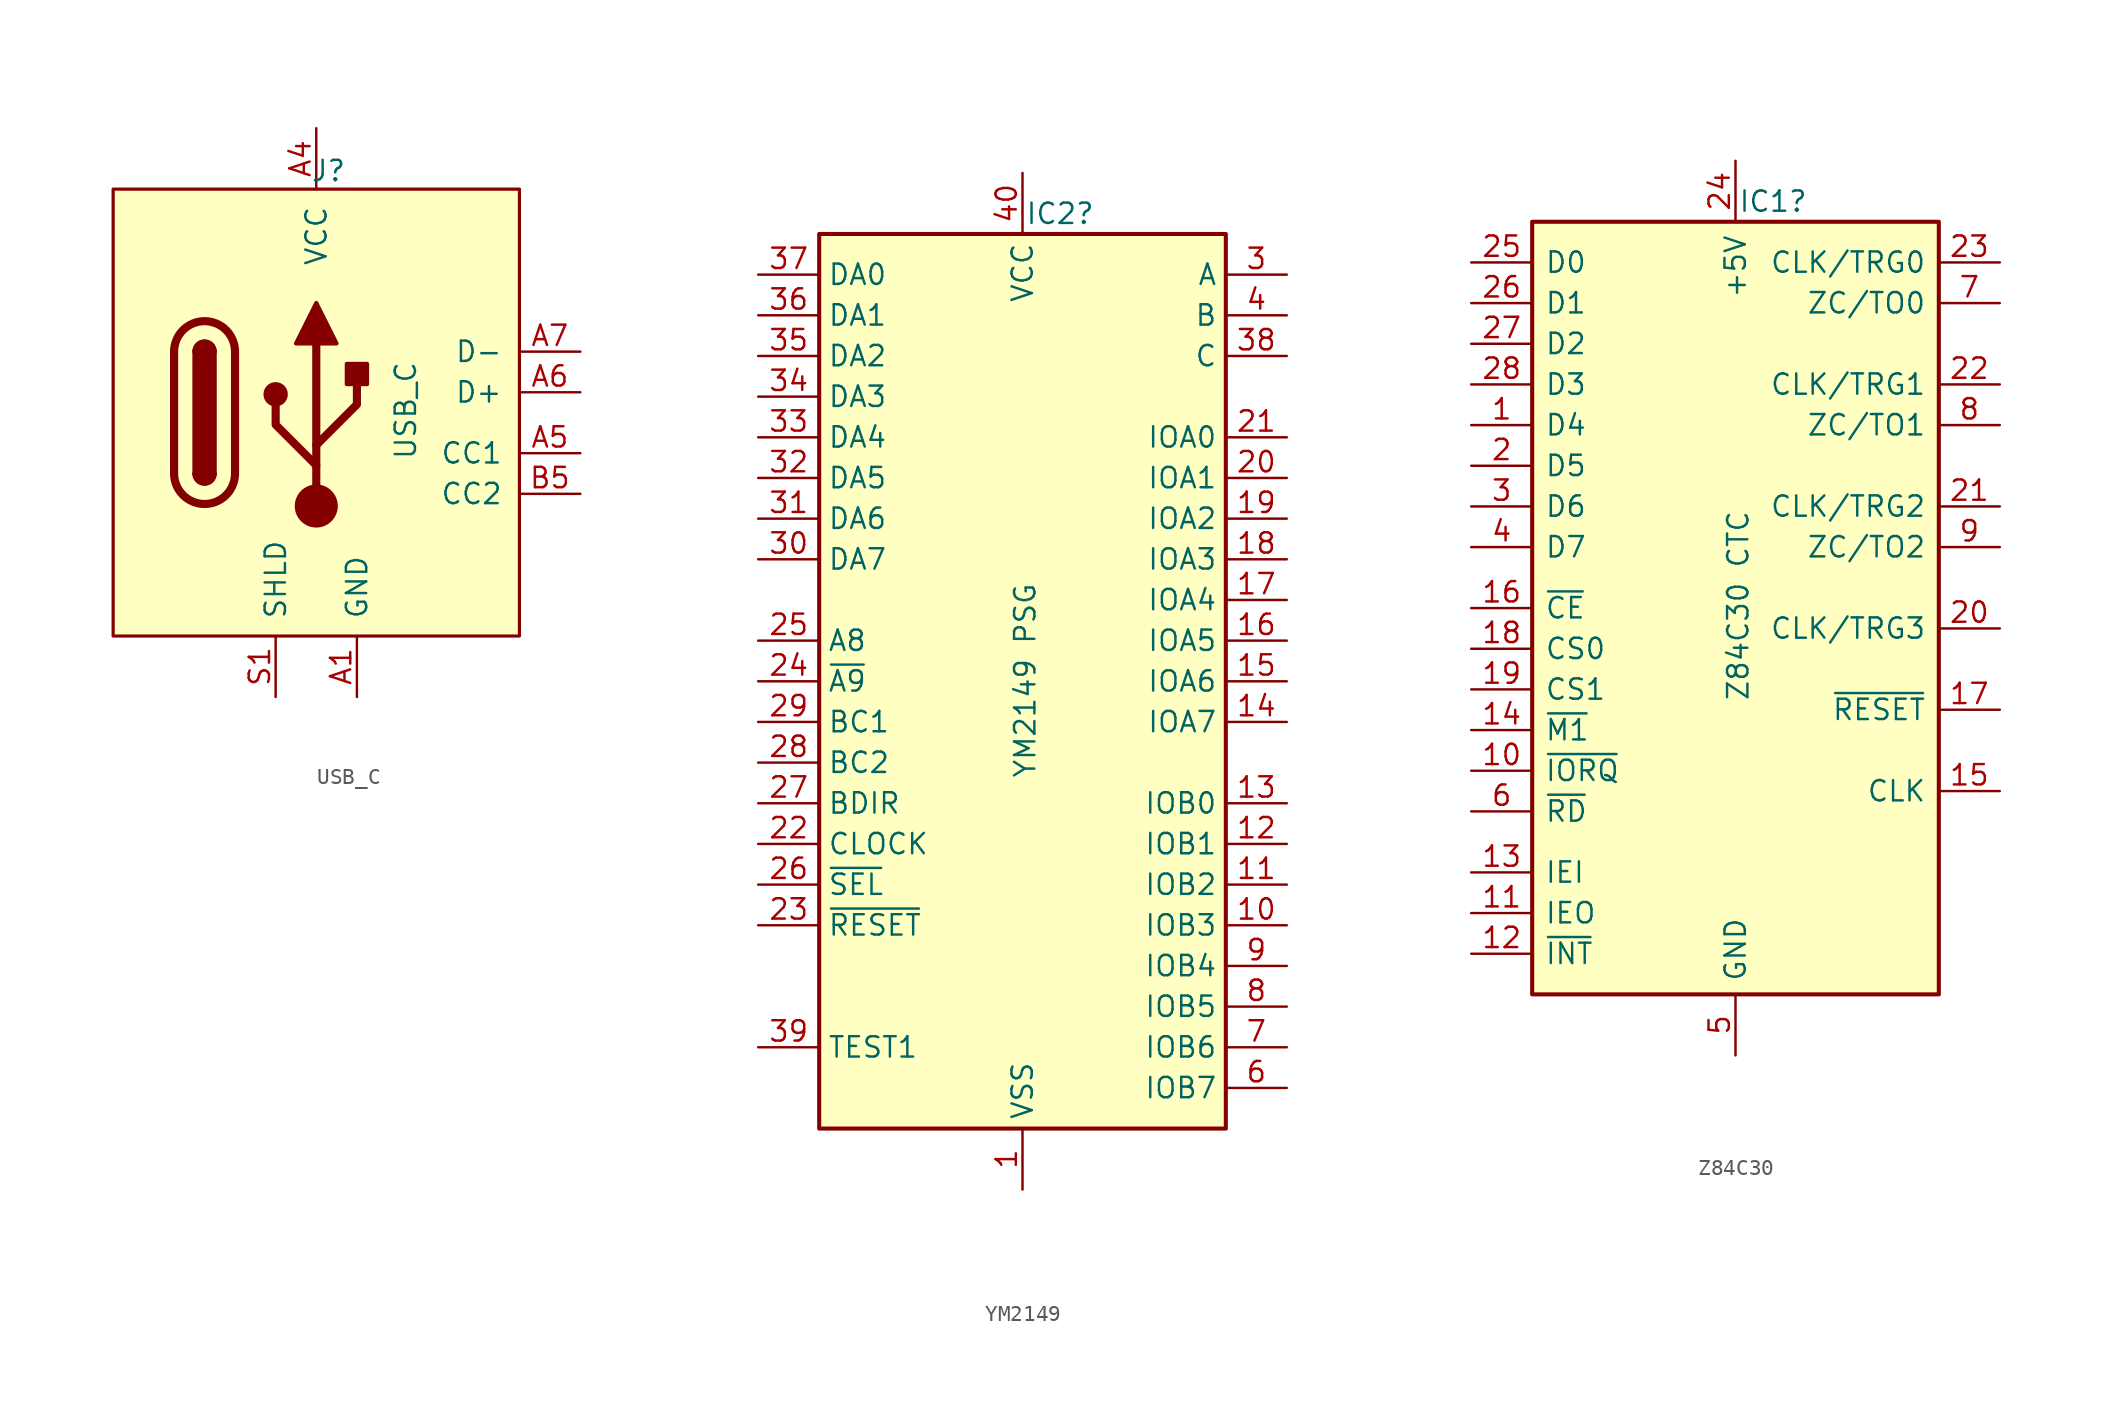
<source format=kicad_sym>
(kicad_symbol_lib
  (version 20241209)
  (generator "kicad_symbol_editor")
  (generator_version "9.0")
  (symbol "USB_C"
    (pin_names
      (offset 1.016))
    (property "Reference" "J"
      (at 0.762 15.113 0)
      (effects (font (size 1.27 1.27))))
    (property "Value" "USB_C"
      (at 5.588 0.127 90)
      (effects (font (size 1.27 1.27))))
    (symbol "USB_C_0_1"
      (polyline (pts (xy -8.89 -3.81) (xy -8.89 3.81)) (stroke (width 0.508) (type default)) (fill (type none)))
      (rectangle (start -7.62 -3.81) (end -6.35 3.81) (stroke (width 0.254) (type default)) (fill (type outline)))
      (arc (start -7.62 3.81) (mid -6.985 4.4423) (end -6.35 3.81) (stroke (width 0.254) (type default)) (fill (type none)))
      (arc (start -7.62 3.81) (mid -6.985 4.4423) (end -6.35 3.81) (stroke (width 0.254) (type default)) (fill (type outline)))
      (arc (start -8.89 3.81) (mid -6.985 5.7067) (end -5.08 3.81) (stroke (width 0.508) (type default)) (fill (type none)))
      (arc (start -5.08 -3.81) (mid -6.985 -5.7067) (end -8.89 -3.81) (stroke (width 0.508) (type default)) (fill (type none)))
      (arc (start -6.35 -3.81) (mid -6.985 -4.4423) (end -7.62 -3.81) (stroke (width 0.254) (type default)) (fill (type none)))
      (arc (start -6.35 -3.81) (mid -6.985 -4.4423) (end -7.62 -3.81) (stroke (width 0.254) (type default)) (fill (type outline)))
      (polyline (pts (xy -5.08 3.81) (xy -5.08 -3.81)) (stroke (width 0.508) (type default)) (fill (type none)))
      (circle (center -2.54 1.143) (radius 0.635) (stroke (width 0.254) (type default)) (fill (type outline)))
      (polyline (pts (xy -1.27 4.318) (xy 0 6.858) (xy 1.27 4.318) (xy -1.27 4.318)) (stroke (width 0.254) (type default)) (fill (type outline)))
      (polyline (pts (xy 0 -2.032) (xy 2.54 0.508) (xy 2.54 1.778)) (stroke (width 0.508) (type default)) (fill (type none)))
      (polyline (pts (xy 0 -3.302) (xy -2.54 -0.762) (xy -2.54 0.508)) (stroke (width 0.508) (type default)) (fill (type none)))
      (polyline (pts (xy 0 -5.842) (xy 0 4.318)) (stroke (width 0.508) (type default)) (fill (type none)))
      (circle (center 0 -5.842) (radius 1.27) (stroke (width 0) (type default)) (fill (type outline)))
      (rectangle (start 1.905 1.778) (end 3.175 3.048) (stroke (width 0.254) (type default)) (fill (type outline))))
    (symbol "USB_C_1_1"
      (rectangle (start -12.7 13.97) (end 12.7 -13.97) (stroke (width 0.2) (type solid)) (fill (type background)))
      (pin passive line (at -2.54 -17.78 90) (length 3.81) (name "SHLD" (effects (font (size 1.27 1.27)))) (number "S1" (effects (font (size 1.27 1.27)))))
      (pin passive line (at 0 17.78 270) (length 3.81) (name "VCC" (effects (font (size 1.27 1.27)))) (number "A4" (effects (font (size 1.27 1.27)))))
      (pin passive line (at 0 17.78 270) (length 3.81) (hide yes) (name "VCC" (effects (font (size 1.27 1.27)))) (number "A9" (effects (font (size 1.27 1.27)))))
      (pin passive line (at 0 17.78 270) (length 3.81) (hide yes) (name "VCC" (effects (font (size 1.27 1.27)))) (number "B4" (effects (font (size 1.27 1.27)))))
      (pin passive line (at 0 17.78 270) (length 3.81) (hide yes) (name "VCC" (effects (font (size 1.27 1.27)))) (number "B9" (effects (font (size 1.27 1.27)))))
      (pin passive line (at 2.54 -17.78 90) (length 3.81) (name "GND" (effects (font (size 1.27 1.27)))) (number "A1" (effects (font (size 1.27 1.27)))))
      (pin passive line (at 2.54 -17.78 90) (length 3.81) (hide yes) (name "GND" (effects (font (size 1.27 1.27)))) (number "A12" (effects (font (size 1.27 1.27)))))
      (pin passive line (at 2.54 -17.78 90) (length 3.81) (hide yes) (name "GND" (effects (font (size 1.27 1.27)))) (number "B1" (effects (font (size 1.27 1.27)))))
      (pin passive line (at 2.54 -17.78 90) (length 3.81) (hide yes) (name "GND" (effects (font (size 1.27 1.27)))) (number "B12" (effects (font (size 1.27 1.27)))))
      (pin no_connect line (at 16.51 8.89 180) (length 3.81) (hide yes) (name "SBU1" (effects (font (size 1.27 1.27)))) (number "A8" (effects (font (size 1.27 1.27)))))
      (pin no_connect line (at 16.51 8.89 180) (length 3.81) (hide yes) (name "SBU2" (effects (font (size 1.27 1.27)))) (number "B8" (effects (font (size 1.27 1.27)))))
      (pin bidirectional line (at 16.51 3.81 180) (length 3.81) (name "D-" (effects (font (size 1.27 1.27)))) (number "A7" (effects (font (size 1.27 1.27)))))
      (pin bidirectional line (at 16.51 3.81 180) (length 3.81) (hide yes) (name "D-" (effects (font (size 1.27 1.27)))) (number "B7" (effects (font (size 1.27 1.27)))))
      (pin bidirectional line (at 16.51 1.27 180) (length 3.81) (name "D+" (effects (font (size 1.27 1.27)))) (number "A6" (effects (font (size 1.27 1.27)))))
      (pin bidirectional line (at 16.51 1.27 180) (length 3.81) (hide yes) (name "D+" (effects (font (size 1.27 1.27)))) (number "B6" (effects (font (size 1.27 1.27)))))
      (pin input line (at 16.51 -2.54 180) (length 3.81) (name "CC1" (effects (font (size 1.27 1.27)))) (number "A5" (effects (font (size 1.27 1.27)))))
      (pin input line (at 16.51 -5.08 180) (length 3.81) (name "CC2" (effects (font (size 1.27 1.27)))) (number "B5" (effects (font (size 1.27 1.27)))))))
  (symbol "YM2149"
    (property "Reference" "IC2"
      (at 0.162 29.21 0)
      (effects (font (size 1.27 1.27)) (justify left)))
    (property "Value" "YM2149 PSG"
      (at 0.162 -6.096 90)
      (effects (font (size 1.27 1.27)) (justify left)))
    (symbol "YM2149_0_1"
      (rectangle (start -12.7 27.94) (end 12.7 -27.94) (stroke (width 0.254) (type default)) (fill (type background))))
    (symbol "YM2149_1_1"
      (pin bidirectional line (at -16.51 25.4 0) (length 3.81) (name "DA0" (effects (font (size 1.27 1.27)))) (number "37" (effects (font (size 1.27 1.27)))))
      (pin bidirectional line (at -16.51 22.86 0) (length 3.81) (name "DA1" (effects (font (size 1.27 1.27)))) (number "36" (effects (font (size 1.27 1.27)))))
      (pin bidirectional line (at -16.51 20.32 0) (length 3.81) (name "DA2" (effects (font (size 1.27 1.27)))) (number "35" (effects (font (size 1.27 1.27)))))
      (pin bidirectional line (at -16.51 17.78 0) (length 3.81) (name "DA3" (effects (font (size 1.27 1.27)))) (number "34" (effects (font (size 1.27 1.27)))))
      (pin bidirectional line (at -16.51 15.24 0) (length 3.81) (name "DA4" (effects (font (size 1.27 1.27)))) (number "33" (effects (font (size 1.27 1.27)))))
      (pin bidirectional line (at -16.51 12.7 0) (length 3.81) (name "DA5" (effects (font (size 1.27 1.27)))) (number "32" (effects (font (size 1.27 1.27)))))
      (pin bidirectional line (at -16.51 10.16 0) (length 3.81) (name "DA6" (effects (font (size 1.27 1.27)))) (number "31" (effects (font (size 1.27 1.27)))))
      (pin bidirectional line (at -16.51 7.62 0) (length 3.81) (name "DA7" (effects (font (size 1.27 1.27)))) (number "30" (effects (font (size 1.27 1.27)))))
      (pin input line (at -16.51 2.54 0) (length 3.81) (name "A8" (effects (font (size 1.27 1.27)))) (number "25" (effects (font (size 1.27 1.27)))))
      (pin input line (at -16.51 0 0) (length 3.81) (name "~{A9}" (effects (font (size 1.27 1.27)))) (number "24" (effects (font (size 1.27 1.27)))))
      (pin input line (at -16.51 -2.54 0) (length 3.81) (name "BC1" (effects (font (size 1.27 1.27)))) (number "29" (effects (font (size 1.27 1.27)))))
      (pin input line (at -16.51 -5.08 0) (length 3.81) (name "BC2" (effects (font (size 1.27 1.27)))) (number "28" (effects (font (size 1.27 1.27)))))
      (pin input line (at -16.51 -7.62 0) (length 3.81) (name "BDIR" (effects (font (size 1.27 1.27)))) (number "27" (effects (font (size 1.27 1.27)))))
      (pin input line (at -16.51 -10.16 0) (length 3.81) (name "CLOCK" (effects (font (size 1.27 1.27)))) (number "22" (effects (font (size 1.27 1.27)))))
      (pin input line (at -16.51 -12.7 0) (length 3.81) (name "~{SEL}" (effects (font (size 1.27 1.27)))) (number "26" (effects (font (size 1.27 1.27)))))
      (pin input line (at -16.51 -15.24 0) (length 3.81) (name "~{RESET}" (effects (font (size 1.27 1.27)))) (number "23" (effects (font (size 1.27 1.27)))))
      (pin no_connect line (at -16.51 -17.78 0) (length 3.81) (hide yes) (name "NC" (effects (font (size 1.27 1.27)))) (number "2" (effects (font (size 1.27 1.27)))))
      (pin no_connect line (at -16.51 -20.32 0) (length 3.81) (hide yes) (name "NC" (effects (font (size 1.27 1.27)))) (number "5" (effects (font (size 1.27 1.27)))))
      (pin passive line (at -16.51 -22.86 0) (length 3.81) (name "TEST1" (effects (font (size 1.27 1.27)))) (number "39" (effects (font (size 1.27 1.27)))))
      (pin power_in line (at 0 31.75 270) (length 3.81) (name "VCC" (effects (font (size 1.27 1.27)))) (number "40" (effects (font (size 1.27 1.27)))))
      (pin power_in line (at 0 -31.75 90) (length 3.81) (name "VSS" (effects (font (size 1.27 1.27)))) (number "1" (effects (font (size 1.27 1.27)))))
      (pin output line (at 16.51 25.4 180) (length 3.81) (name "A" (effects (font (size 1.27 1.27)))) (number "3" (effects (font (size 1.27 1.27)))))
      (pin output line (at 16.51 22.86 180) (length 3.81) (name "B" (effects (font (size 1.27 1.27)))) (number "4" (effects (font (size 1.27 1.27)))))
      (pin output line (at 16.51 20.32 180) (length 3.81) (name "C" (effects (font (size 1.27 1.27)))) (number "38" (effects (font (size 1.27 1.27)))))
      (pin bidirectional line (at 16.51 15.24 180) (length 3.81) (name "IOA0" (effects (font (size 1.27 1.27)))) (number "21" (effects (font (size 1.27 1.27)))))
      (pin bidirectional line (at 16.51 12.7 180) (length 3.81) (name "IOA1" (effects (font (size 1.27 1.27)))) (number "20" (effects (font (size 1.27 1.27)))))
      (pin bidirectional line (at 16.51 10.16 180) (length 3.81) (name "IOA2" (effects (font (size 1.27 1.27)))) (number "19" (effects (font (size 1.27 1.27)))))
      (pin bidirectional line (at 16.51 7.62 180) (length 3.81) (name "IOA3" (effects (font (size 1.27 1.27)))) (number "18" (effects (font (size 1.27 1.27)))))
      (pin bidirectional line (at 16.51 5.08 180) (length 3.81) (name "IOA4" (effects (font (size 1.27 1.27)))) (number "17" (effects (font (size 1.27 1.27)))))
      (pin bidirectional line (at 16.51 2.54 180) (length 3.81) (name "IOA5" (effects (font (size 1.27 1.27)))) (number "16" (effects (font (size 1.27 1.27)))))
      (pin bidirectional line (at 16.51 0 180) (length 3.81) (name "IOA6" (effects (font (size 1.27 1.27)))) (number "15" (effects (font (size 1.27 1.27)))))
      (pin bidirectional line (at 16.51 -2.54 180) (length 3.81) (name "IOA7" (effects (font (size 1.27 1.27)))) (number "14" (effects (font (size 1.27 1.27)))))
      (pin bidirectional line (at 16.51 -7.62 180) (length 3.81) (name "IOB0" (effects (font (size 1.27 1.27)))) (number "13" (effects (font (size 1.27 1.27)))))
      (pin bidirectional line (at 16.51 -10.16 180) (length 3.81) (name "IOB1" (effects (font (size 1.27 1.27)))) (number "12" (effects (font (size 1.27 1.27)))))
      (pin bidirectional line (at 16.51 -12.7 180) (length 3.81) (name "IOB2" (effects (font (size 1.27 1.27)))) (number "11" (effects (font (size 1.27 1.27)))))
      (pin bidirectional line (at 16.51 -15.24 180) (length 3.81) (name "IOB3" (effects (font (size 1.27 1.27)))) (number "10" (effects (font (size 1.27 1.27)))))
      (pin bidirectional line (at 16.51 -17.78 180) (length 3.81) (name "IOB4" (effects (font (size 1.27 1.27)))) (number "9" (effects (font (size 1.27 1.27)))))
      (pin bidirectional line (at 16.51 -20.32 180) (length 3.81) (name "IOB5" (effects (font (size 1.27 1.27)))) (number "8" (effects (font (size 1.27 1.27)))))
      (pin bidirectional line (at 16.51 -22.86 180) (length 3.81) (name "IOB6" (effects (font (size 1.27 1.27)))) (number "7" (effects (font (size 1.27 1.27)))))
      (pin bidirectional line (at 16.51 -25.4 180) (length 3.81) (name "IOB7" (effects (font (size 1.27 1.27)))) (number "6" (effects (font (size 1.27 1.27)))))))
  (symbol "Z84C30"
    (pin_names
      (offset 0.762))
    (property "Reference" "IC1"
      (at 0.162 25.4 0)
      (effects (font (size 1.27 1.27)) (justify left)))
    (property "Value" "Z84C30 CTC"
      (at 0.162 -5.842 90)
      (effects (font (size 1.27 1.27)) (justify left)))
    (symbol "Z84C30_0_0"
      (pin bidirectional line (at -16.51 21.59 0) (length 3.81) (name "D0" (effects (font (size 1.27 1.27)))) (number "25" (effects (font (size 1.27 1.27)))))
      (pin bidirectional line (at -16.51 19.05 0) (length 3.81) (name "D1" (effects (font (size 1.27 1.27)))) (number "26" (effects (font (size 1.27 1.27)))))
      (pin bidirectional line (at -16.51 16.51 0) (length 3.81) (name "D2" (effects (font (size 1.27 1.27)))) (number "27" (effects (font (size 1.27 1.27)))))
      (pin bidirectional line (at -16.51 13.97 0) (length 3.81) (name "D3" (effects (font (size 1.27 1.27)))) (number "28" (effects (font (size 1.27 1.27)))))
      (pin bidirectional line (at -16.51 11.43 0) (length 3.81) (name "D4" (effects (font (size 1.27 1.27)))) (number "1" (effects (font (size 1.27 1.27)))))
      (pin bidirectional line (at -16.51 8.89 0) (length 3.81) (name "D5" (effects (font (size 1.27 1.27)))) (number "2" (effects (font (size 1.27 1.27)))))
      (pin bidirectional line (at -16.51 6.35 0) (length 3.81) (name "D6" (effects (font (size 1.27 1.27)))) (number "3" (effects (font (size 1.27 1.27)))))
      (pin bidirectional line (at -16.51 3.81 0) (length 3.81) (name "D7" (effects (font (size 1.27 1.27)))) (number "4" (effects (font (size 1.27 1.27)))))
      (pin input line (at -16.51 0 0) (length 3.81) (name "~{CE}" (effects (font (size 1.27 1.27)))) (number "16" (effects (font (size 1.27 1.27)))))
      (pin input line (at -16.51 -2.54 0) (length 3.81) (name "CS0" (effects (font (size 1.27 1.27)))) (number "18" (effects (font (size 1.27 1.27)))))
      (pin input line (at -16.51 -5.08 0) (length 3.81) (name "CS1" (effects (font (size 1.27 1.27)))) (number "19" (effects (font (size 1.27 1.27)))))
      (pin input line (at -16.51 -7.62 0) (length 3.81) (name "~{M1}" (effects (font (size 1.27 1.27)))) (number "14" (effects (font (size 1.27 1.27)))))
      (pin input line (at -16.51 -10.16 0) (length 3.81) (name "~{IORQ}" (effects (font (size 1.27 1.27)))) (number "10" (effects (font (size 1.27 1.27)))))
      (pin input line (at -16.51 -12.7 0) (length 3.81) (name "~{RD}" (effects (font (size 1.27 1.27)))) (number "6" (effects (font (size 1.27 1.27)))))
      (pin input line (at -16.51 -16.51 0) (length 3.81) (name "IEI" (effects (font (size 1.27 1.27)))) (number "13" (effects (font (size 1.27 1.27)))))
      (pin output line (at -16.51 -19.05 0) (length 3.81) (name "IEO" (effects (font (size 1.27 1.27)))) (number "11" (effects (font (size 1.27 1.27)))))
      (pin open_collector line (at -16.51 -21.59 0) (length 3.81) (name "~{INT}" (effects (font (size 1.27 1.27)))) (number "12" (effects (font (size 1.27 1.27)))))
      (pin input line (at 16.51 21.59 180) (length 3.81) (name "CLK/TRG0" (effects (font (size 1.27 1.27)))) (number "23" (effects (font (size 1.27 1.27)))))
      (pin output line (at 16.51 19.05 180) (length 3.81) (name "ZC/TO0" (effects (font (size 1.27 1.27)))) (number "7" (effects (font (size 1.27 1.27)))))
      (pin input line (at 16.51 13.97 180) (length 3.81) (name "CLK/TRG1" (effects (font (size 1.27 1.27)))) (number "22" (effects (font (size 1.27 1.27)))))
      (pin output line (at 16.51 11.43 180) (length 3.81) (name "ZC/TO1" (effects (font (size 1.27 1.27)))) (number "8" (effects (font (size 1.27 1.27)))))
      (pin input line (at 16.51 6.35 180) (length 3.81) (name "CLK/TRG2" (effects (font (size 1.27 1.27)))) (number "21" (effects (font (size 1.27 1.27)))))
      (pin output line (at 16.51 3.81 180) (length 3.81) (name "ZC/TO2" (effects (font (size 1.27 1.27)))) (number "9" (effects (font (size 1.27 1.27)))))
      (pin input line (at 16.51 -1.27 180) (length 3.81) (name "CLK/TRG3" (effects (font (size 1.27 1.27)))) (number "20" (effects (font (size 1.27 1.27)))))
      (pin input line (at 16.51 -6.35 180) (length 3.81) (name "~{RESET}" (effects (font (size 1.27 1.27)))) (number "17" (effects (font (size 1.27 1.27)))))
      (pin input line (at 16.51 -11.43 180) (length 3.81) (name "CLK" (effects (font (size 1.27 1.27)))) (number "15" (effects (font (size 1.27 1.27))))))
    (symbol "Z84C30_1_0"
      (pin power_in line (at 0 27.94 270) (length 3.81) (name "+5V" (effects (font (size 1.27 1.27)))) (number "24" (effects (font (size 1.27 1.27)))))
      (pin power_in line (at 0 -27.94 90) (length 3.81) (name "GND" (effects (font (size 1.27 1.27)))) (number "5" (effects (font (size 1.27 1.27))))))
    (symbol "Z84C30_1_1"
      (rectangle (start -12.7 24.13) (end 12.7 -24.13) (stroke (width 0.254) (type solid)) (fill (type background))))))
</source>
